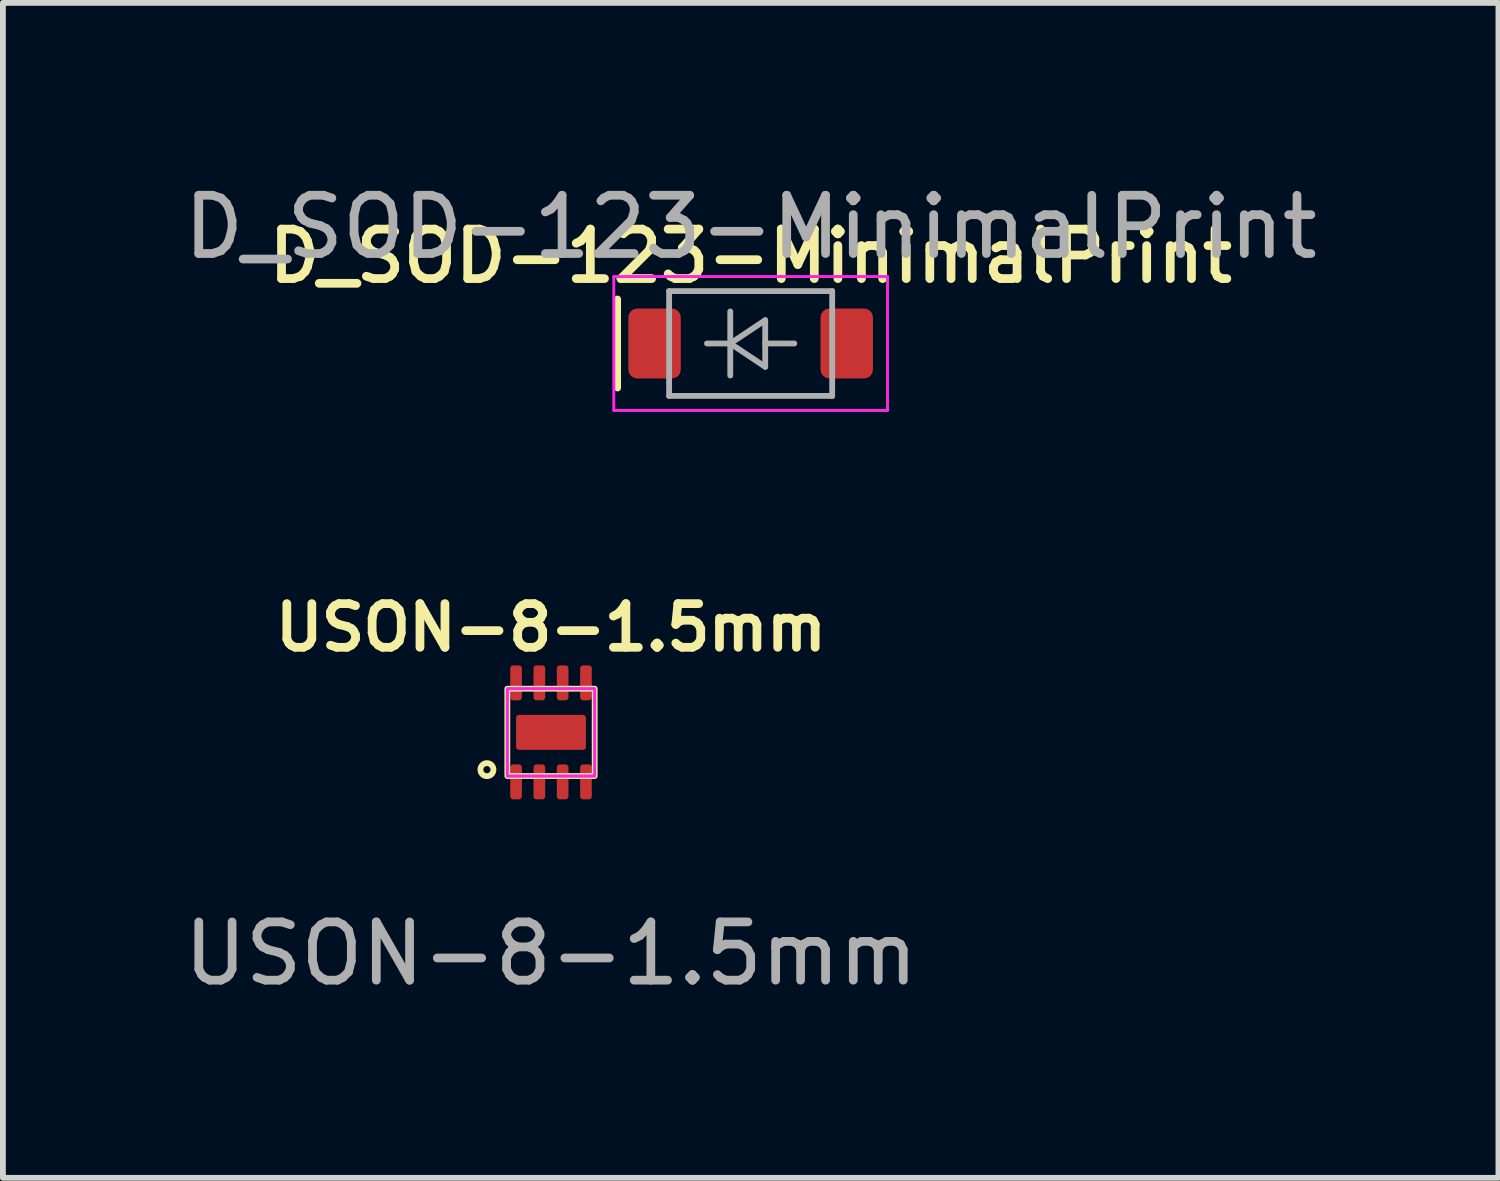
<source format=kicad_pcb>
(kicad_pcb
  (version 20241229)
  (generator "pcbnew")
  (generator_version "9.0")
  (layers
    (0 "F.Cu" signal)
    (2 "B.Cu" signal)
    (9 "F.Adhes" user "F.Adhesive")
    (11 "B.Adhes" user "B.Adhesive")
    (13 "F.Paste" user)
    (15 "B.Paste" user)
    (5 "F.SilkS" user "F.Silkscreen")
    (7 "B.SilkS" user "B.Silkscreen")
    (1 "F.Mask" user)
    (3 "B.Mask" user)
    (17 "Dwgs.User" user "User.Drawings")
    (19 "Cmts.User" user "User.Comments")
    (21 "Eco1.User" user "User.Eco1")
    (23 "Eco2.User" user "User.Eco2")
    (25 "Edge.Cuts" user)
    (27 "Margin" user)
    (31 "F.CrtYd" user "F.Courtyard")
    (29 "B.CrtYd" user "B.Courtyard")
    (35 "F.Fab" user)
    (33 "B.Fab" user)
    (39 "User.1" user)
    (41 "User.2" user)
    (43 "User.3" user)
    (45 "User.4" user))
  (footprint "D_SOD-123-MinimalPrint"
    (layer "F.Cu")
    (at 9.839 2.848)
    (property "Reference" "D_SOD-123-MinimalPrint" (at 0 -1.5 0) (layer "F.SilkS") (effects (font (size 0.85 0.85) (thickness 0.15))))
    (attr smd)
    (fp_line (start -2.286 -0.762) (end -2.286 0.762) (stroke (width 0.12) (type solid)) (layer "F.SilkS"))
    (fp_line (start -2.35 -1.15) (end -2.35 1.15) (stroke (width 0.05) (type solid)) (layer "F.CrtYd"))
    (fp_line (start -2.35 -1.15) (end 2.35 -1.15) (stroke (width 0.05) (type solid)) (layer "F.CrtYd"))
    (fp_line (start 2.35 -1.15) (end 2.35 1.15) (stroke (width 0.05) (type solid)) (layer "F.CrtYd"))
    (fp_line (start 2.35 1.15) (end -2.35 1.15) (stroke (width 0.05) (type solid)) (layer "F.CrtYd"))
    (fp_line (start -1.4 -0.9) (end 1.4 -0.9) (stroke (width 0.1) (type solid)) (layer "F.Fab"))
    (fp_line (start -1.4 0.9) (end -1.4 -0.9) (stroke (width 0.1) (type solid)) (layer "F.Fab"))
    (fp_line (start -0.75 0) (end -0.35 0) (stroke (width 0.1) (type solid)) (layer "F.Fab"))
    (fp_line (start -0.35 0) (end -0.35 -0.55) (stroke (width 0.1) (type solid)) (layer "F.Fab"))
    (fp_line (start -0.35 0) (end -0.35 0.55) (stroke (width 0.1) (type solid)) (layer "F.Fab"))
    (fp_line (start -0.35 0) (end 0.25 -0.4) (stroke (width 0.1) (type solid)) (layer "F.Fab"))
    (fp_line (start 0.25 -0.4) (end 0.25 0.4) (stroke (width 0.1) (type solid)) (layer "F.Fab"))
    (fp_line (start 0.25 0) (end 0.75 0) (stroke (width 0.1) (type solid)) (layer "F.Fab"))
    (fp_line (start 0.25 0.4) (end -0.35 0) (stroke (width 0.1) (type solid)) (layer "F.Fab"))
    (fp_line (start 1.4 -0.9) (end 1.4 0.9) (stroke (width 0.1) (type solid)) (layer "F.Fab"))
    (fp_line (start 1.4 0.9) (end -1.4 0.9) (stroke (width 0.1) (type solid)) (layer "F.Fab"))
    (fp_text user "${REFERENCE}" (at 0 -2 0) (layer "F.Fab") (effects (font (size 1 1) (thickness 0.15))))
    (pad "1" smd roundrect (at -1.65 0) (size 0.9 1.2) (layers "F.Cu" "F.Mask" "F.Paste") (roundrect_rratio 0.167))
    (pad "2" smd roundrect (at 1.65 0) (size 0.9 1.2) (layers "F.Cu" "F.Mask" "F.Paste") (roundrect_rratio 0.167)))
  (footprint "USON-8-1.5mm"
    (layer "F.Cu")
    (at 6.411 9.525)
    (property "Reference" "USON-8-1.5mm" (at 0 -1.8 0) (unlocked yes) (layer "F.SilkS") (effects (font (size 0.75 0.75) (thickness 0.15) (bold yes))))
    (attr smd)
    (fp_rect (start -0.75 -0.75) (end 0.75 0.75) (stroke (width 0.1) (type default)) (fill no) (layer "F.SilkS"))
    (fp_circle (center -1.1 0.64) (end -1.05 0.54) (stroke (width 0.1) (type default)) (fill no) (layer "F.SilkS"))
    (fp_rect (start -0.75 -0.75) (end 0.75 0.75) (stroke (width 0.05) (type default)) (fill no) (layer "F.CrtYd"))
    (fp_rect (start -0.75 -0.75) (end 0.75 0.75) (stroke (width 0.05) (type default)) (fill no) (layer "F.Fab"))
    (fp_text user "${REFERENCE}" (at 0 3.8 0) (unlocked yes) (layer "F.Fab") (effects (font (size 1 1) (thickness 0.15))))
    (pad "" smd roundrect (at 0 0) (size 1.2 0.6) (layers "F.Cu" "F.Mask" "F.Paste") (roundrect_rratio 0.083))
    (pad "1" smd roundrect (at -0.6 0.85 90) (size 0.6 0.2) (layers "F.Cu" "F.Mask" "F.Paste") (roundrect_rratio 0.25))
    (pad "2" smd roundrect (at -0.2 0.85 90) (size 0.6 0.2) (layers "F.Cu" "F.Mask" "F.Paste") (roundrect_rratio 0.25))
    (pad "3" smd roundrect (at 0.2 0.85 90) (size 0.6 0.2) (layers "F.Cu" "F.Mask" "F.Paste") (roundrect_rratio 0.25))
    (pad "4" smd roundrect (at 0.6 0.85 90) (size 0.6 0.2) (layers "F.Cu" "F.Mask" "F.Paste") (roundrect_rratio 0.25))
    (pad "5" smd roundrect (at 0.6 -0.85 90) (size 0.6 0.2) (layers "F.Cu" "F.Mask" "F.Paste") (roundrect_rratio 0.25))
    (pad "6" smd roundrect (at 0.2 -0.85 90) (size 0.6 0.2) (layers "F.Cu" "F.Mask" "F.Paste") (roundrect_rratio 0.25))
    (pad "7" smd roundrect (at -0.2 -0.85 90) (size 0.6 0.2) (layers "F.Cu" "F.Mask" "F.Paste") (roundrect_rratio 0.25))
    (pad "8" smd roundrect (at -0.6 -0.85 90) (size 0.6 0.2) (layers "F.Cu" "F.Mask" "F.Paste") (roundrect_rratio 0.25)))
  (gr_rect
    (start -3 -3)
    (end 22.679 17.174)
    (stroke (width 0.1) (type default))
    (fill no)
    (layer "Edge.Cuts")))
</source>
